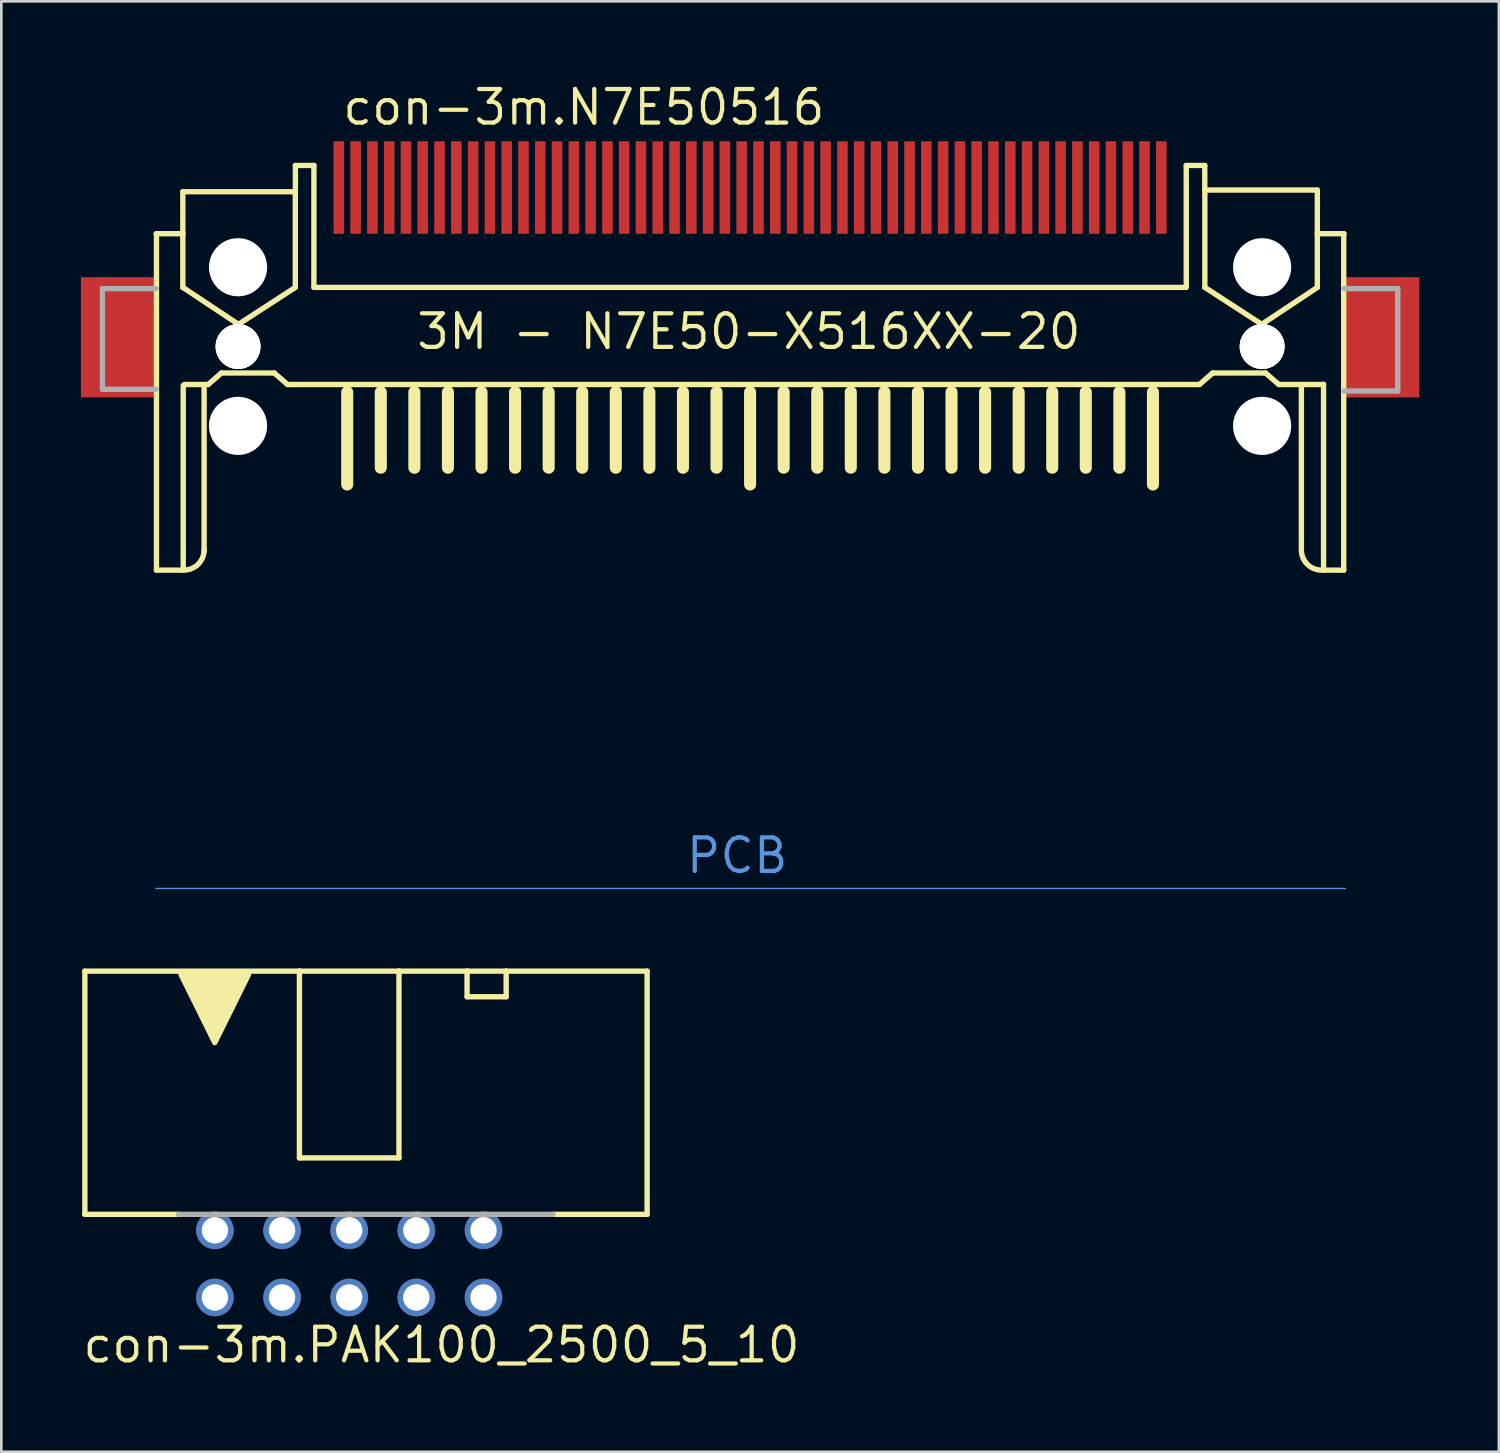
<source format=kicad_pcb>
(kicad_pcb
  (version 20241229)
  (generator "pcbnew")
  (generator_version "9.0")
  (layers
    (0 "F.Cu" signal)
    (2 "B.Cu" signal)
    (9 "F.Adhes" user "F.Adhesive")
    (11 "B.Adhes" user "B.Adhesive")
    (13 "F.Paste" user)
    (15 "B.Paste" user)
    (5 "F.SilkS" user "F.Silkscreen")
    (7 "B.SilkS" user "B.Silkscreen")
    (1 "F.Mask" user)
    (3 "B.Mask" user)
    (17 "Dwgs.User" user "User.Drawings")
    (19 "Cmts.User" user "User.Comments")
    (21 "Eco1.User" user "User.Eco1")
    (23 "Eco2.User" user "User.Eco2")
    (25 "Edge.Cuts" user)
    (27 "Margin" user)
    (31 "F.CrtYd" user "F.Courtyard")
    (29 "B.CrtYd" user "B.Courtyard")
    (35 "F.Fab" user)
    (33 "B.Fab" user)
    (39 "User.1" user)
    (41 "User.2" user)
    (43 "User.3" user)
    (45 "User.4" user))
  (footprint "con-3m.N7E50516"
    (layer "F.Cu")
    (at 25.325 10.06)
    (property "Reference" "con-3m.N7E50516" (at -15.495 -8.31 0) (layer "F.SilkS") (effects (font (size 1.27 1.27) (thickness 0.16)) (justify left bottom)))
    (attr smd)
    (fp_rect (start -25.29 1.9) (end -22.49 -2.6) (stroke (width 0.05) (type default)) (fill yes) (layer "F.Cu"))
    (fp_rect (start 22.49 1.9) (end 25.29 -2.6) (stroke (width 0.05) (type default)) (fill yes) (layer "F.Cu"))
    (fp_rect (start -25.3 1.9) (end -22.5 -2.6) (stroke (width 0.05) (type default)) (fill yes) (layer "F.Mask"))
    (fp_rect (start 22.5 1.9) (end 25.3 -2.6) (stroke (width 0.05) (type default)) (fill yes) (layer "F.Mask"))
    (fp_line (start -22.468 -4.27) (end -21.459 -4.27) (stroke (width 0.203) (type default)) (layer "F.SilkS"))
    (fp_line (start -22.456 8.457) (end -22.456 -4.266) (stroke (width 0.203) (type default)) (layer "F.SilkS"))
    (fp_line (start -21.459 -5.857) (end -17.203 -5.857) (stroke (width 0.203) (type default)) (layer "F.SilkS"))
    (fp_line (start -21.459 -4.27) (end -21.459 -5.857) (stroke (width 0.203) (type default)) (layer "F.SilkS"))
    (fp_line (start -21.459 -2.238) (end -21.459 -4.27) (stroke (width 0.203) (type default)) (layer "F.SilkS"))
    (fp_line (start -21.444 1.476) (end -21.444 8.457) (stroke (width 0.203) (type default)) (layer "F.SilkS"))
    (fp_line (start -21.444 8.457) (end -22.456 8.457) (stroke (width 0.203) (type default)) (layer "F.SilkS"))
    (fp_line (start -21.406 1.435) (end -20.5 1.435) (stroke (width 0.203) (type default)) (layer "F.SilkS"))
    (fp_line (start -20.654 1.452) (end -20.654 7.745) (stroke (width 0.203) (type default)) (layer "F.SilkS"))
    (fp_line (start -20.5 1.435) (end -20 1) (stroke (width 0.203) (type default)) (layer "F.SilkS"))
    (fp_line (start -20 1) (end -18 1) (stroke (width 0.203) (type default)) (layer "F.SilkS"))
    (fp_line (start -19.356 -0.841) (end -21.459 -2.238) (stroke (width 0.203) (type default)) (layer "F.SilkS"))
    (fp_line (start -18 1) (end -17.5 1.435) (stroke (width 0.203) (type default)) (layer "F.SilkS"))
    (fp_line (start -17.5 1.435) (end 17 1.435) (stroke (width 0.203) (type default)) (layer "F.SilkS"))
    (fp_line (start -17.203 -5.857) (end -17.203 -2.238) (stroke (width 0.203) (type default)) (layer "F.SilkS"))
    (fp_line (start -17.203 -2.238) (end -19.356 -0.841) (stroke (width 0.203) (type default)) (layer "F.SilkS"))
    (fp_line (start -17.2 -6.85) (end -17.2 -5.95) (stroke (width 0.203) (type default)) (layer "F.SilkS"))
    (fp_line (start -16.5 -6.85) (end -17.2 -6.85) (stroke (width 0.203) (type default)) (layer "F.SilkS"))
    (fp_line (start -16.5 -6.85) (end -16.5 -2.25) (stroke (width 0.203) (type default)) (layer "F.SilkS"))
    (fp_line (start -16.5 -2.238) (end 16.5 -2.238) (stroke (width 0.203) (type default)) (layer "F.SilkS"))
    (fp_line (start -15.24 1.726) (end -15.24 5.218) (stroke (width 0.457) (type default)) (layer "F.SilkS"))
    (fp_line (start -13.97 1.726) (end -13.97 4.583) (stroke (width 0.457) (type default)) (layer "F.SilkS"))
    (fp_line (start -12.7 1.726) (end -12.7 4.583) (stroke (width 0.457) (type default)) (layer "F.SilkS"))
    (fp_line (start -11.43 1.726) (end -11.43 4.583) (stroke (width 0.457) (type default)) (layer "F.SilkS"))
    (fp_line (start -10.16 1.726) (end -10.16 4.583) (stroke (width 0.457) (type default)) (layer "F.SilkS"))
    (fp_line (start -8.89 1.726) (end -8.89 4.583) (stroke (width 0.457) (type default)) (layer "F.SilkS"))
    (fp_line (start -7.62 1.726) (end -7.62 4.583) (stroke (width 0.457) (type default)) (layer "F.SilkS"))
    (fp_line (start -6.35 1.726) (end -6.35 4.583) (stroke (width 0.457) (type default)) (layer "F.SilkS"))
    (fp_line (start -5.08 1.726) (end -5.08 4.583) (stroke (width 0.457) (type default)) (layer "F.SilkS"))
    (fp_line (start -3.81 1.726) (end -3.81 4.583) (stroke (width 0.457) (type default)) (layer "F.SilkS"))
    (fp_line (start -2.54 1.726) (end -2.54 4.583) (stroke (width 0.457) (type default)) (layer "F.SilkS"))
    (fp_line (start -1.27 1.726) (end -1.27 4.583) (stroke (width 0.457) (type default)) (layer "F.SilkS"))
    (fp_line (start 0 1.726) (end 0 5.218) (stroke (width 0.457) (type default)) (layer "F.SilkS"))
    (fp_line (start 1.27 1.726) (end 1.27 4.583) (stroke (width 0.457) (type default)) (layer "F.SilkS"))
    (fp_line (start 2.54 1.726) (end 2.54 4.583) (stroke (width 0.457) (type default)) (layer "F.SilkS"))
    (fp_line (start 3.81 1.726) (end 3.81 4.583) (stroke (width 0.457) (type default)) (layer "F.SilkS"))
    (fp_line (start 5.08 1.726) (end 5.08 4.583) (stroke (width 0.457) (type default)) (layer "F.SilkS"))
    (fp_line (start 6.35 1.726) (end 6.35 4.583) (stroke (width 0.457) (type default)) (layer "F.SilkS"))
    (fp_line (start 7.62 1.726) (end 7.62 4.583) (stroke (width 0.457) (type default)) (layer "F.SilkS"))
    (fp_line (start 8.89 1.726) (end 8.89 4.583) (stroke (width 0.457) (type default)) (layer "F.SilkS"))
    (fp_line (start 10.16 1.726) (end 10.16 4.583) (stroke (width 0.457) (type default)) (layer "F.SilkS"))
    (fp_line (start 11.43 1.726) (end 11.43 4.583) (stroke (width 0.457) (type default)) (layer "F.SilkS"))
    (fp_line (start 12.7 1.726) (end 12.7 4.583) (stroke (width 0.457) (type default)) (layer "F.SilkS"))
    (fp_line (start 13.97 1.726) (end 13.97 4.583) (stroke (width 0.457) (type default)) (layer "F.SilkS"))
    (fp_line (start 15.24 1.726) (end 15.24 5.218) (stroke (width 0.457) (type default)) (layer "F.SilkS"))
    (fp_line (start 16.5 -6.85) (end 16.5 -2.3) (stroke (width 0.203) (type default)) (layer "F.SilkS"))
    (fp_line (start 17 1.435) (end 17.5 1) (stroke (width 0.203) (type default)) (layer "F.SilkS"))
    (fp_line (start 17.2 -6.85) (end 16.5 -6.85) (stroke (width 0.203) (type default)) (layer "F.SilkS"))
    (fp_line (start 17.2 -5.95) (end 17.2 -6.85) (stroke (width 0.203) (type default)) (layer "F.SilkS"))
    (fp_line (start 17.203 -5.921) (end 21.459 -5.921) (stroke (width 0.203) (type default)) (layer "F.SilkS"))
    (fp_line (start 17.203 -2.238) (end 17.203 -5.921) (stroke (width 0.203) (type default)) (layer "F.SilkS"))
    (fp_line (start 17.5 1) (end 19.5 1) (stroke (width 0.203) (type default)) (layer "F.SilkS"))
    (fp_line (start 19.356 -0.841) (end 17.203 -2.238) (stroke (width 0.203) (type default)) (layer "F.SilkS"))
    (fp_line (start 19.5 1) (end 20 1.435) (stroke (width 0.203) (type default)) (layer "F.SilkS"))
    (fp_line (start 20 1.435) (end 21.656 1.435) (stroke (width 0.203) (type default)) (layer "F.SilkS"))
    (fp_line (start 20.855 1.466) (end 20.855 7.681) (stroke (width 0.203) (type default)) (layer "F.SilkS"))
    (fp_line (start 21.459 -5.921) (end 21.459 -4.27) (stroke (width 0.203) (type default)) (layer "F.SilkS"))
    (fp_line (start 21.459 -4.27) (end 21.459 -2.238) (stroke (width 0.203) (type default)) (layer "F.SilkS"))
    (fp_line (start 21.459 -4.27) (end 22.468 -4.27) (stroke (width 0.203) (type default)) (layer "F.SilkS"))
    (fp_line (start 21.459 -2.238) (end 19.356 -0.841) (stroke (width 0.203) (type default)) (layer "F.SilkS"))
    (fp_line (start 21.694 8.457) (end 21.694 1.425) (stroke (width 0.203) (type default)) (layer "F.SilkS"))
    (fp_line (start 22.456 -4.266) (end 22.456 8.457) (stroke (width 0.203) (type default)) (layer "F.SilkS"))
    (fp_line (start 22.456 8.457) (end 21.694 8.457) (stroke (width 0.203) (type default)) (layer "F.SilkS"))
    (fp_arc (start -20.6545 7.6945) (mid -20.877685 8.233315) (end -21.4165 8.4565) (stroke (width 0.2032) (type default)) (layer "F.SilkS"))
    (fp_arc (start 21.6165 8.4565) (mid 21.077685 8.233315) (end 20.8545 7.6945) (stroke (width 0.2032) (type default)) (layer "F.SilkS"))
    (fp_rect (start -25.25 1.85) (end -22.55 -2.525) (stroke (width 0.05) (type default)) (fill yes) (layer "F.Paste"))
    (fp_rect (start 22.55 1.85) (end 25.25 -2.55) (stroke (width 0.05) (type default)) (fill yes) (layer "F.Paste"))
    (fp_line (start -22.48 20.5) (end 22.52 20.5) (stroke (width 0.051) (type default)) (layer "Cmts.User"))
    (fp_line (start -24.5 -2.192) (end -22.468 -2.192) (stroke (width 0.203) (type default)) (layer "F.Fab"))
    (fp_line (start -24.5 1.618) (end -24.5 -2.192) (stroke (width 0.203) (type default)) (layer "F.Fab"))
    (fp_line (start -22.468 1.618) (end -24.5 1.618) (stroke (width 0.203) (type default)) (layer "F.Fab"))
    (fp_line (start 22.468 -2.192) (end 24.5 -2.192) (stroke (width 0.203) (type default)) (layer "F.Fab"))
    (fp_line (start 24.5 -2.192) (end 24.5 1.681) (stroke (width 0.203) (type default)) (layer "F.Fab"))
    (fp_line (start 24.5 1.681) (end 22.468 1.681) (stroke (width 0.203) (type default)) (layer "F.Fab"))
    (fp_text user "3M - N7E50-X516XX-20" (at -12.7 0.175 0) (layer "F.SilkS") (effects (font (size 1.27 1.27) (thickness 0.16)) (justify left bottom)))
    (fp_text user "PCB" (at -2.5 20 0) (layer "Cmts.User") (effects (font (size 1.27 1.27) (thickness 0.16)) (justify left bottom)))
    (pad "" np_thru_hole circle (at -19.37 -3) (size 2.2 2.2) (drill 2.2) (layers "*.Cu" "*.Mask"))
    (pad "" np_thru_hole circle (at -19.37 0) (size 1.7 1.7) (drill 1.7) (layers "*.Cu" "*.Mask"))
    (pad "" np_thru_hole circle (at -19.37 0) (size 1.7 1.7) (drill 1.7) (layers "*.Cu" "*.Mask"))
    (pad "" np_thru_hole circle (at -19.37 3) (size 2.2 2.2) (drill 2.2) (layers "*.Cu" "*.Mask"))
    (pad "" np_thru_hole circle (at 19.37 -3) (size 2.2 2.2) (drill 2.2) (layers "*.Cu" "*.Mask"))
    (pad "" np_thru_hole circle (at 19.37 0) (size 1.7 1.7) (drill 1.7) (layers "*.Cu" "*.Mask"))
    (pad "" np_thru_hole circle (at 19.37 0) (size 1.7 1.7) (drill 1.7) (layers "*.Cu" "*.Mask"))
    (pad "" np_thru_hole circle (at 19.37 3) (size 2.2 2.2) (drill 2.2) (layers "*.Cu" "*.Mask"))
    (pad "1" smd roundrect (at -15.557 -6.015) (size 0.4 3.5) (layers "F.Cu" "F.Mask" "F.Paste") (roundrect_rratio 0.01))
    (pad "2" smd roundrect (at -14.287 -6.015) (size 0.4 3.5) (layers "F.Cu" "F.Mask" "F.Paste") (roundrect_rratio 0.01))
    (pad "3" smd roundrect (at -13.018 -6.015) (size 0.4 3.5) (layers "F.Cu" "F.Mask" "F.Paste") (roundrect_rratio 0.01))
    (pad "4" smd roundrect (at -11.748 -6.015) (size 0.4 3.5) (layers "F.Cu" "F.Mask" "F.Paste") (roundrect_rratio 0.01))
    (pad "5" smd roundrect (at -10.477 -6.015) (size 0.4 3.5) (layers "F.Cu" "F.Mask" "F.Paste") (roundrect_rratio 0.01))
    (pad "6" smd roundrect (at -9.207 -6.015) (size 0.4 3.5) (layers "F.Cu" "F.Mask" "F.Paste") (roundrect_rratio 0.01))
    (pad "7" smd roundrect (at -7.938 -6.015) (size 0.4 3.5) (layers "F.Cu" "F.Mask" "F.Paste") (roundrect_rratio 0.01))
    (pad "8" smd roundrect (at -6.668 -6.015) (size 0.4 3.5) (layers "F.Cu" "F.Mask" "F.Paste") (roundrect_rratio 0.01))
    (pad "9" smd roundrect (at -5.397 -6.015) (size 0.4 3.5) (layers "F.Cu" "F.Mask" "F.Paste") (roundrect_rratio 0.01))
    (pad "10" smd roundrect (at -4.128 -6.015) (size 0.4 3.5) (layers "F.Cu" "F.Mask" "F.Paste") (roundrect_rratio 0.01))
    (pad "11" smd roundrect (at -2.857 -6.015) (size 0.4 3.5) (layers "F.Cu" "F.Mask" "F.Paste") (roundrect_rratio 0.01))
    (pad "12" smd roundrect (at -1.587 -6.015) (size 0.4 3.5) (layers "F.Cu" "F.Mask" "F.Paste") (roundrect_rratio 0.01))
    (pad "13" smd roundrect (at -0.318 -6.015) (size 0.4 3.5) (layers "F.Cu" "F.Mask" "F.Paste") (roundrect_rratio 0.01))
    (pad "14" smd roundrect (at 0.953 -6.015) (size 0.4 3.5) (layers "F.Cu" "F.Mask" "F.Paste") (roundrect_rratio 0.01))
    (pad "15" smd roundrect (at 2.223 -6.015) (size 0.4 3.5) (layers "F.Cu" "F.Mask" "F.Paste") (roundrect_rratio 0.01))
    (pad "16" smd roundrect (at 3.493 -6.015) (size 0.4 3.5) (layers "F.Cu" "F.Mask" "F.Paste") (roundrect_rratio 0.01))
    (pad "17" smd roundrect (at 4.763 -6.015) (size 0.4 3.5) (layers "F.Cu" "F.Mask" "F.Paste") (roundrect_rratio 0.01))
    (pad "18" smd roundrect (at 6.032 -6.015) (size 0.4 3.5) (layers "F.Cu" "F.Mask" "F.Paste") (roundrect_rratio 0.01))
    (pad "19" smd roundrect (at 7.303 -6.015) (size 0.4 3.5) (layers "F.Cu" "F.Mask" "F.Paste") (roundrect_rratio 0.01))
    (pad "20" smd roundrect (at 8.572 -6.015) (size 0.4 3.5) (layers "F.Cu" "F.Mask" "F.Paste") (roundrect_rratio 0.01))
    (pad "21" smd roundrect (at 9.842 -6.015) (size 0.4 3.5) (layers "F.Cu" "F.Mask" "F.Paste") (roundrect_rratio 0.01))
    (pad "22" smd roundrect (at 11.113 -6.015) (size 0.4 3.5) (layers "F.Cu" "F.Mask" "F.Paste") (roundrect_rratio 0.01))
    (pad "23" smd roundrect (at 12.383 -6.015) (size 0.4 3.5) (layers "F.Cu" "F.Mask" "F.Paste") (roundrect_rratio 0.01))
    (pad "24" smd roundrect (at 13.652 -6.015) (size 0.4 3.5) (layers "F.Cu" "F.Mask" "F.Paste") (roundrect_rratio 0.01))
    (pad "25" smd roundrect (at 14.922 -6.015) (size 0.4 3.5) (layers "F.Cu" "F.Mask" "F.Paste") (roundrect_rratio 0.01))
    (pad "26" smd roundrect (at -14.922 -6.015) (size 0.4 3.5) (layers "F.Cu" "F.Mask" "F.Paste") (roundrect_rratio 0.01))
    (pad "27" smd roundrect (at -13.652 -6.015) (size 0.4 3.5) (layers "F.Cu" "F.Mask" "F.Paste") (roundrect_rratio 0.01))
    (pad "28" smd roundrect (at -12.383 -6.015) (size 0.4 3.5) (layers "F.Cu" "F.Mask" "F.Paste") (roundrect_rratio 0.01))
    (pad "29" smd roundrect (at -11.113 -6.015) (size 0.4 3.5) (layers "F.Cu" "F.Mask" "F.Paste") (roundrect_rratio 0.01))
    (pad "30" smd roundrect (at -9.842 -6.015) (size 0.4 3.5) (layers "F.Cu" "F.Mask" "F.Paste") (roundrect_rratio 0.01))
    (pad "31" smd roundrect (at -8.572 -6.015) (size 0.4 3.5) (layers "F.Cu" "F.Mask" "F.Paste") (roundrect_rratio 0.01))
    (pad "32" smd roundrect (at -7.303 -6.015) (size 0.4 3.5) (layers "F.Cu" "F.Mask" "F.Paste") (roundrect_rratio 0.01))
    (pad "33" smd roundrect (at -6.032 -6.015) (size 0.4 3.5) (layers "F.Cu" "F.Mask" "F.Paste") (roundrect_rratio 0.01))
    (pad "34" smd roundrect (at -4.763 -6.015) (size 0.4 3.5) (layers "F.Cu" "F.Mask" "F.Paste") (roundrect_rratio 0.01))
    (pad "35" smd roundrect (at -3.493 -6.015) (size 0.4 3.5) (layers "F.Cu" "F.Mask" "F.Paste") (roundrect_rratio 0.01))
    (pad "36" smd roundrect (at -2.223 -6.015) (size 0.4 3.5) (layers "F.Cu" "F.Mask" "F.Paste") (roundrect_rratio 0.01))
    (pad "37" smd roundrect (at -0.953 -6.015) (size 0.4 3.5) (layers "F.Cu" "F.Mask" "F.Paste") (roundrect_rratio 0.01))
    (pad "38" smd roundrect (at 0.318 -6.015) (size 0.4 3.5) (layers "F.Cu" "F.Mask" "F.Paste") (roundrect_rratio 0.01))
    (pad "39" smd roundrect (at 1.587 -6.015) (size 0.4 3.5) (layers "F.Cu" "F.Mask" "F.Paste") (roundrect_rratio 0.01))
    (pad "40" smd roundrect (at 2.857 -6.015) (size 0.4 3.5) (layers "F.Cu" "F.Mask" "F.Paste") (roundrect_rratio 0.01))
    (pad "41" smd roundrect (at 4.128 -6.015) (size 0.4 3.5) (layers "F.Cu" "F.Mask" "F.Paste") (roundrect_rratio 0.01))
    (pad "42" smd roundrect (at 5.397 -6.015) (size 0.4 3.5) (layers "F.Cu" "F.Mask" "F.Paste") (roundrect_rratio 0.01))
    (pad "43" smd roundrect (at 6.668 -6.015) (size 0.4 3.5) (layers "F.Cu" "F.Mask" "F.Paste") (roundrect_rratio 0.01))
    (pad "44" smd roundrect (at 7.938 -6.015) (size 0.4 3.5) (layers "F.Cu" "F.Mask" "F.Paste") (roundrect_rratio 0.01))
    (pad "45" smd roundrect (at 9.207 -6.015) (size 0.4 3.5) (layers "F.Cu" "F.Mask" "F.Paste") (roundrect_rratio 0.01))
    (pad "46" smd roundrect (at 10.477 -6.015) (size 0.4 3.5) (layers "F.Cu" "F.Mask" "F.Paste") (roundrect_rratio 0.01))
    (pad "47" smd roundrect (at 11.748 -6.015) (size 0.4 3.5) (layers "F.Cu" "F.Mask" "F.Paste") (roundrect_rratio 0.01))
    (pad "48" smd roundrect (at 13.018 -6.015) (size 0.4 3.5) (layers "F.Cu" "F.Mask" "F.Paste") (roundrect_rratio 0.01))
    (pad "49" smd roundrect (at 14.287 -6.015) (size 0.4 3.5) (layers "F.Cu" "F.Mask" "F.Paste") (roundrect_rratio 0.01))
    (pad "50" smd roundrect (at 15.557 -6.015) (size 0.4 3.5) (layers "F.Cu" "F.Mask" "F.Paste") (roundrect_rratio 0.01)))
  (footprint "con-3m.PAK100_2500_5_10"
    (layer "F.Cu")
    (at 10.16 44.762)
    (property "Reference" "con-3m.PAK100_2500_5_10" (at -10.16 3.81 0) (layer "F.SilkS") (effects (font (size 1.27 1.27) (thickness 0.16)) (justify left bottom)))
    (attr through_hole)
    (fp_line (start -10 -11.075) (end -10 -1.875) (stroke (width 0.203) (type default)) (layer "F.SilkS"))
    (fp_line (start -6.456 -1.875) (end -10 -1.875) (stroke (width 0.203) (type default)) (layer "F.SilkS"))
    (fp_line (start -1.883 -11.075) (end -10 -11.075) (stroke (width 0.203) (type default)) (layer "F.SilkS"))
    (fp_line (start -1.883 -4.01) (end -1.883 -11.075) (stroke (width 0.203) (type default)) (layer "F.SilkS"))
    (fp_line (start 1.883 -11.075) (end -1.883 -11.075) (stroke (width 0.203) (type default)) (layer "F.SilkS"))
    (fp_line (start 1.883 -11.075) (end 1.883 -4.01) (stroke (width 0.203) (type default)) (layer "F.SilkS"))
    (fp_line (start 1.883 -4.01) (end -1.883 -4.01) (stroke (width 0.203) (type default)) (layer "F.SilkS"))
    (fp_line (start 4.459 -11.075) (end 1.883 -11.075) (stroke (width 0.203) (type default)) (layer "F.SilkS"))
    (fp_line (start 4.459 -11.075) (end 5.938 -11.075) (stroke (width 0.203) (type default)) (layer "F.SilkS"))
    (fp_line (start 4.459 -10.105) (end 4.459 -11.075) (stroke (width 0.203) (type default)) (layer "F.SilkS"))
    (fp_line (start 5.938 -11.075) (end 5.938 -10.105) (stroke (width 0.203) (type default)) (layer "F.SilkS"))
    (fp_line (start 5.938 -10.105) (end 4.459 -10.105) (stroke (width 0.203) (type default)) (layer "F.SilkS"))
    (fp_line (start 11.27 -11.075) (end 5.938 -11.075) (stroke (width 0.203) (type default)) (layer "F.SilkS"))
    (fp_line (start 11.27 -1.875) (end 7.713 -1.875) (stroke (width 0.203) (type default)) (layer "F.SilkS"))
    (fp_line (start 11.27 -1.875) (end 11.27 -11.075) (stroke (width 0.203) (type default)) (layer "F.SilkS"))
    (fp_poly (pts (xy -6.36 -10.945) (xy -3.81 -10.945) (xy -5.085 -8.37)) (stroke (width 0.203) (type default)) (fill yes) (layer "F.SilkS"))
    (fp_line (start 7.709 -1.875) (end -6.452 -1.875) (stroke (width 0.203) (type default)) (layer "F.Fab"))
    (pad "1" thru_hole circle (at -5.08 1.27) (size 1.422 1.422) (drill 1) (layers "*.Cu" "*.Mask"))
    (pad "2" thru_hole circle (at -5.08 -1.27) (size 1.422 1.422) (drill 1) (layers "*.Cu" "*.Mask"))
    (pad "3" thru_hole circle (at -2.54 1.27) (size 1.422 1.422) (drill 1) (layers "*.Cu" "*.Mask"))
    (pad "4" thru_hole circle (at -2.54 -1.27) (size 1.422 1.422) (drill 1) (layers "*.Cu" "*.Mask"))
    (pad "5" thru_hole circle (at 0 1.27) (size 1.422 1.422) (drill 1) (layers "*.Cu" "*.Mask"))
    (pad "6" thru_hole circle (at 0 -1.27) (size 1.422 1.422) (drill 1) (layers "*.Cu" "*.Mask"))
    (pad "7" thru_hole circle (at 2.54 1.27) (size 1.422 1.422) (drill 1) (layers "*.Cu" "*.Mask"))
    (pad "8" thru_hole circle (at 2.54 -1.27) (size 1.422 1.422) (drill 1) (layers "*.Cu" "*.Mask"))
    (pad "9" thru_hole circle (at 5.08 1.27) (size 1.422 1.422) (drill 1) (layers "*.Cu" "*.Mask"))
    (pad "10" thru_hole circle (at 5.08 -1.27) (size 1.422 1.422) (drill 1) (layers "*.Cu" "*.Mask")))
  (gr_rect
    (start -3 -3)
    (end 53.65 51.87)
    (stroke (width 0.1) (type default))
    (fill no)
    (layer "Edge.Cuts")))
</source>
